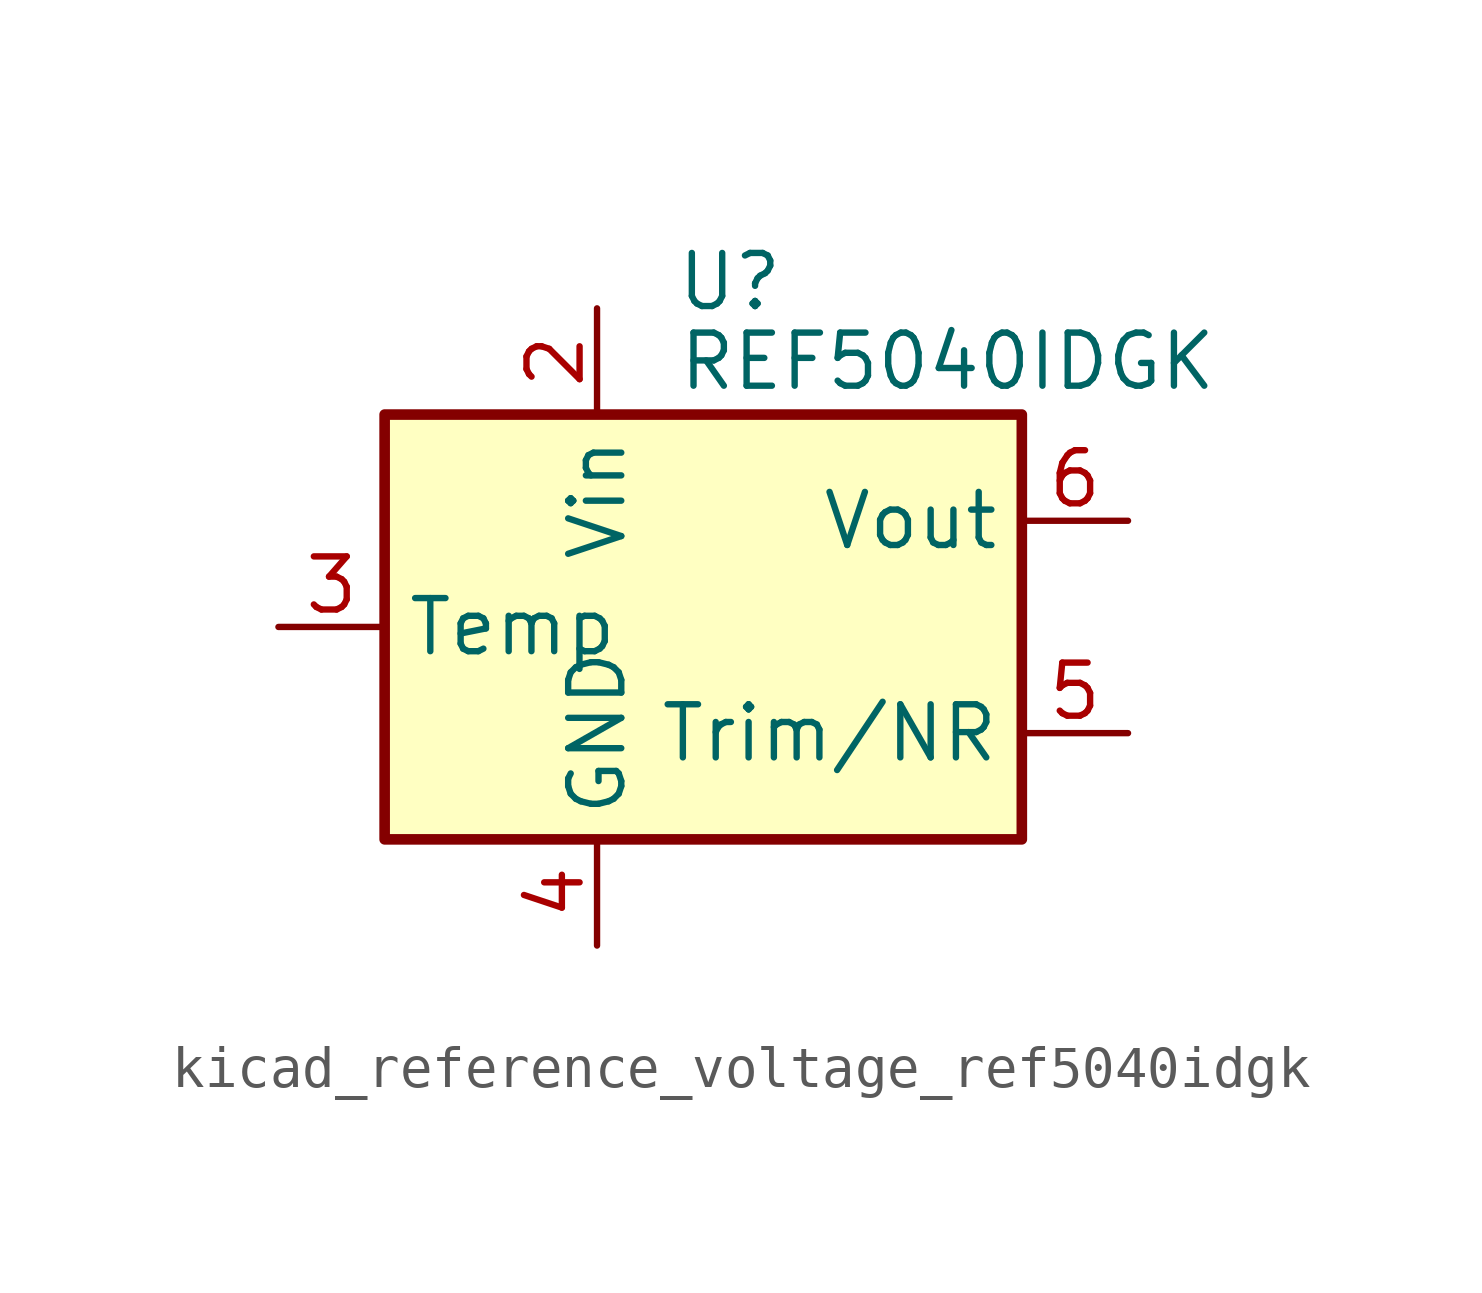
<source format=kicad_sym>
(kicad_symbol_lib
  (version 20220914)
  (generator kicad_symbol_editor)
  (symbol "kicad_reference_voltage_ref5040idgk"
    (property "Reference" "U"
      (at 0.635 8.255 0)
      (effects (font (size 1.27 1.27))))
    (property "Value" "REF5040IDGK"
      (at -0.635 6.35 0)
      (effects (font (size 1.27 1.27)) (justify left)))
    (symbol "kicad_reference_voltage_ref5040idgk_0_1"
      (rectangle (start -7.62 5.08) (end 7.62 -5.08) (stroke (width 0.254) (type default)) (fill (type background))))
    (symbol "kicad_reference_voltage_ref5040idgk_1_1"
      (pin no_connect line (at -7.62 2.54 0) (length 2.54) hide (name "DNC" (effects (font (size 1.27 1.27)))) (number "1" (effects (font (size 1.27 1.27)))))
      (pin power_in line (at -2.54 7.62 270) (length 2.54) (name "Vin" (effects (font (size 1.27 1.27)))) (number "2" (effects (font (size 1.27 1.27)))))
      (pin passive line (at -10.16 0 0) (length 2.54) (name "Temp" (effects (font (size 1.27 1.27)))) (number "3" (effects (font (size 1.27 1.27)))))
      (pin power_in line (at -2.54 -7.62 90) (length 2.54) (name "GND" (effects (font (size 1.27 1.27)))) (number "4" (effects (font (size 1.27 1.27)))))
      (pin passive line (at 10.16 -2.54 180) (length 2.54) (name "Trim/NR" (effects (font (size 1.27 1.27)))) (number "5" (effects (font (size 1.27 1.27)))))
      (pin power_out line (at 10.16 2.54 180) (length 2.54) (name "Vout" (effects (font (size 1.27 1.27)))) (number "6" (effects (font (size 1.27 1.27)))))
      (pin no_connect line (at -5.08 -5.08 90) (length 2.54) hide (name "NC" (effects (font (size 1.27 1.27)))) (number "7" (effects (font (size 1.27 1.27)))))
      (pin no_connect line (at 7.62 0 180) (length 2.54) hide (name "DNC" (effects (font (size 1.27 1.27)))) (number "8" (effects (font (size 1.27 1.27))))))))
</source>
